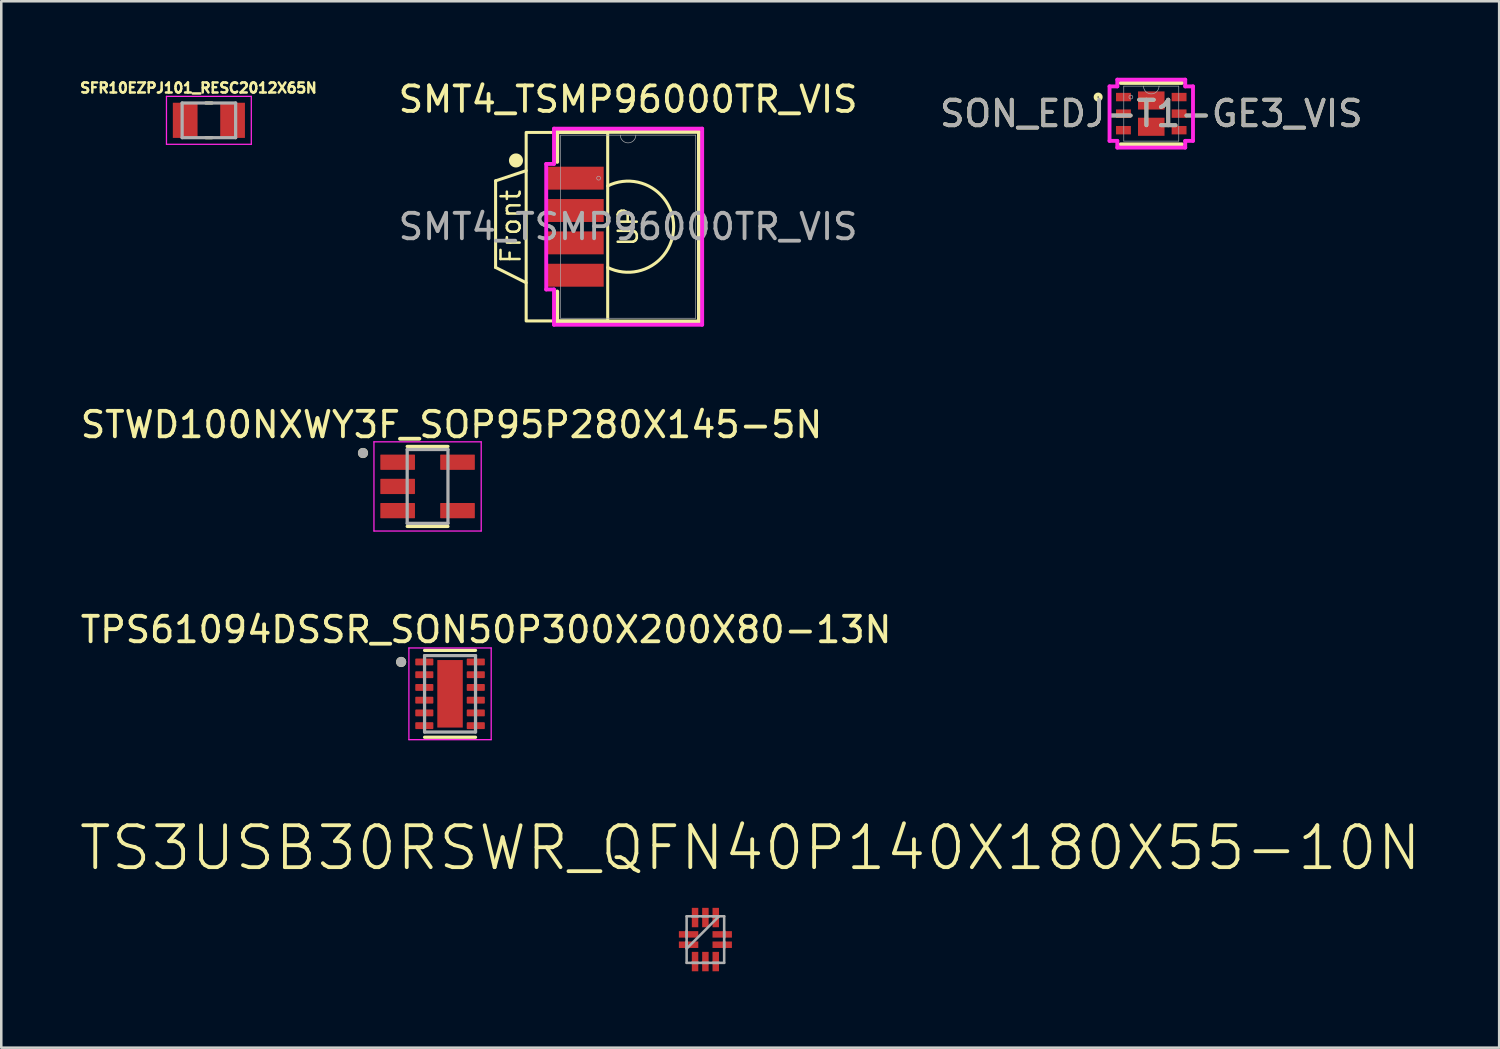
<source format=kicad_pcb>
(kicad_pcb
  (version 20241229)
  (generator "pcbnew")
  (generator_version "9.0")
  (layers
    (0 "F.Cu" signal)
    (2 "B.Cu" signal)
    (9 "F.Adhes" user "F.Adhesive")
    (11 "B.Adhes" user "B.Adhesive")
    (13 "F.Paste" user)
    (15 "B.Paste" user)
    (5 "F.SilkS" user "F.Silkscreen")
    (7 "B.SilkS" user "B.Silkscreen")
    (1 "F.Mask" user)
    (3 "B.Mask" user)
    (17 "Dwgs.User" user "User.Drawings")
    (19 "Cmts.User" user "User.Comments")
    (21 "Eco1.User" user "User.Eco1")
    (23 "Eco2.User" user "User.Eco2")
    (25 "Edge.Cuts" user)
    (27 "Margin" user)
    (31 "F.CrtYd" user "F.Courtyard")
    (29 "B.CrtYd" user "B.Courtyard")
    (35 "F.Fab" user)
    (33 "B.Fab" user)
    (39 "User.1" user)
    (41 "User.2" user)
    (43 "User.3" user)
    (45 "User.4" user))
  (footprint "SON_EDJ-T1-GE3_VIS"
    (layer "F.Cu")
    (at 42.139 1.41)
    (property "Reference" "SON_EDJ-T1-GE3_VIS" (at 0 0 0) (unlocked yes) (layer "F.SilkS") (effects (font (size 1 1) (thickness 0.15))))
    (attr smd)
    (fp_line (start -1.206 1.206) (end 1.206 1.206) (stroke (width 0.152) (type solid)) (layer "F.SilkS"))
    (fp_line (start 1.206 -1.206) (end -1.206 -1.206) (stroke (width 0.152) (type solid)) (layer "F.SilkS"))
    (fp_circle (center -2.085 -0.65) (end -1.983 -0.65) (stroke (width 0.152) (type solid)) (fill no) (layer "F.SilkS"))
    (fp_line (start -1.638 -1.069) (end -1.333 -1.069) (stroke (width 0.152) (type solid)) (layer "F.CrtYd"))
    (fp_line (start -1.638 1.069) (end -1.638 -1.069) (stroke (width 0.152) (type solid)) (layer "F.CrtYd"))
    (fp_line (start -1.638 1.069) (end -1.333 1.069) (stroke (width 0.152) (type solid)) (layer "F.CrtYd"))
    (fp_line (start -1.333 -1.333) (end 1.333 -1.333) (stroke (width 0.152) (type solid)) (layer "F.CrtYd"))
    (fp_line (start -1.333 -1.069) (end -1.333 -1.333) (stroke (width 0.152) (type solid)) (layer "F.CrtYd"))
    (fp_line (start -1.333 1.333) (end -1.333 1.069) (stroke (width 0.152) (type solid)) (layer "F.CrtYd"))
    (fp_line (start 1.333 -1.333) (end 1.333 -1.069) (stroke (width 0.152) (type solid)) (layer "F.CrtYd"))
    (fp_line (start 1.333 1.069) (end 1.333 1.333) (stroke (width 0.152) (type solid)) (layer "F.CrtYd"))
    (fp_line (start 1.333 1.333) (end -1.333 1.333) (stroke (width 0.152) (type solid)) (layer "F.CrtYd"))
    (fp_line (start 1.638 -1.069) (end 1.333 -1.069) (stroke (width 0.152) (type solid)) (layer "F.CrtYd"))
    (fp_line (start 1.638 -1.069) (end 1.638 1.069) (stroke (width 0.152) (type solid)) (layer "F.CrtYd"))
    (fp_line (start 1.638 1.069) (end 1.333 1.069) (stroke (width 0.152) (type solid)) (layer "F.CrtYd"))
    (fp_line (start -1.079 -1.079) (end -1.079 1.079) (stroke (width 0.025) (type solid)) (layer "F.Fab"))
    (fp_line (start -1.079 1.079) (end 1.079 1.079) (stroke (width 0.025) (type solid)) (layer "F.Fab"))
    (fp_line (start 1.079 -1.079) (end -1.079 -1.079) (stroke (width 0.025) (type solid)) (layer "F.Fab"))
    (fp_line (start 1.079 1.079) (end 1.079 -1.079) (stroke (width 0.025) (type solid)) (layer "F.Fab"))
    (fp_arc (start 0.3048 -1.0795) (mid 0 -0.7747) (end -0.3048 -1.0795) (stroke (width 0.0254) (type solid)) (layer "F.Fab"))
    (fp_circle (center -0.8 -0.65) (end -0.724 -0.65) (stroke (width 0.025) (type solid)) (fill no) (layer "F.Fab"))
    (fp_text user "${REFERENCE}" (at 0 0 0) (unlocked yes) (layer "F.Fab") (effects (font (size 1 1) (thickness 0.15))))
    (pad "1" smd rect (at -1.092 -0.65) (size 0.584 0.33) (layers "F.Cu" "F.Mask" "F.Paste"))
    (pad "2" smd rect (at -1.092 0) (size 0.584 0.33) (layers "F.Cu" "F.Mask" "F.Paste"))
    (pad "3" smd rect (at -1.092 0.65) (size 0.584 0.33) (layers "F.Cu" "F.Mask" "F.Paste"))
    (pad "4" smd rect (at 1.092 0.65) (size 0.584 0.33) (layers "F.Cu" "F.Mask" "F.Paste"))
    (pad "5" smd rect (at 1.092 0) (size 0.584 0.33) (layers "F.Cu" "F.Mask" "F.Paste"))
    (pad "6" smd rect (at 1.092 -0.65) (size 0.584 0.33) (layers "F.Cu" "F.Mask" "F.Paste"))
    (pad "7" smd rect (at 0 -0.516) (size 1.041 0.711) (layers "F.Cu" "F.Mask" "F.Paste"))
    (pad "8" smd rect (at 0 0.516) (size 1.041 0.711) (layers "F.Cu" "F.Mask" "F.Paste")))
  (footprint "SFR10EZPJ101_RESC2012X65N"
    (layer "F.Cu")
    (at 5.149 1.673)
    (property "Reference" "SFR10EZPJ101_RESC2012X65N" (at -0.41 -1.27 0) (layer "F.SilkS") (effects (font (size 0.394 0.394) (thickness 0.15))))
    (attr smd)
    (fp_line (start -0.12 -0.68) (end 0.12 -0.68) (stroke (width 0.127) (type solid)) (layer "F.SilkS"))
    (fp_line (start -0.12 0.68) (end 0.12 0.68) (stroke (width 0.127) (type solid)) (layer "F.SilkS"))
    (fp_line (start -1.665 -0.94) (end 1.665 -0.94) (stroke (width 0.05) (type solid)) (layer "F.CrtYd"))
    (fp_line (start -1.665 0.94) (end -1.665 -0.94) (stroke (width 0.05) (type solid)) (layer "F.CrtYd"))
    (fp_line (start -1.665 0.94) (end 1.665 0.94) (stroke (width 0.05) (type solid)) (layer "F.CrtYd"))
    (fp_line (start 1.665 0.94) (end 1.665 -0.94) (stroke (width 0.05) (type solid)) (layer "F.CrtYd"))
    (fp_line (start -1.05 0.68) (end -1.05 -0.68) (stroke (width 0.127) (type solid)) (layer "F.Fab"))
    (fp_line (start 1.05 -0.68) (end -1.05 -0.68) (stroke (width 0.127) (type solid)) (layer "F.Fab"))
    (fp_line (start 1.05 0.68) (end -1.05 0.68) (stroke (width 0.127) (type solid)) (layer "F.Fab"))
    (fp_line (start 1.05 0.68) (end 1.05 -0.68) (stroke (width 0.127) (type solid)) (layer "F.Fab"))
    (pad "1" smd rect (at -0.93 0) (size 0.97 1.38) (layers "F.Cu" "F.Mask" "F.Paste"))
    (pad "2" smd rect (at 0.93 0) (size 0.97 1.38) (layers "F.Cu" "F.Mask" "F.Paste")))
  (footprint "TPS61094DSSR_SON50P300X200X80-13N"
    (layer "F.Cu")
    (at 14.615 24.183)
    (property "Reference" "TPS61094DSSR_SON50P300X200X80-13N" (at 1.415 -2.517 0) (layer "F.SilkS") (effects (font (size 1 1) (thickness 0.15))))
    (attr smd)
    (fp_line (start -1 -1.705) (end 1 -1.705) (stroke (width 0.127) (type solid)) (layer "F.SilkS"))
    (fp_line (start -1 1.705) (end 1 1.705) (stroke (width 0.127) (type solid)) (layer "F.SilkS"))
    (fp_circle (center -1.92 -1.25) (end -1.82 -1.25) (stroke (width 0.2) (type solid)) (fill no) (layer "F.SilkS"))
    (fp_poly (pts (xy -0.32 -0.84) (xy 0.32 -0.84) (xy 0.32 0.84) (xy -0.32 0.84)) (stroke (width 0.01) (type solid)) (fill yes) (layer "F.Paste"))
    (fp_line (start -1.615 -1.8) (end -1.615 1.8) (stroke (width 0.05) (type solid)) (layer "F.CrtYd"))
    (fp_line (start -1.615 -1.8) (end 1.615 -1.8) (stroke (width 0.05) (type solid)) (layer "F.CrtYd"))
    (fp_line (start -1.615 1.8) (end 1.615 1.8) (stroke (width 0.05) (type solid)) (layer "F.CrtYd"))
    (fp_line (start 1.615 -1.8) (end 1.615 1.8) (stroke (width 0.05) (type solid)) (layer "F.CrtYd"))
    (fp_line (start -1 -1.5) (end -1 1.5) (stroke (width 0.127) (type solid)) (layer "F.Fab"))
    (fp_line (start -1 -1.5) (end 1 -1.5) (stroke (width 0.127) (type solid)) (layer "F.Fab"))
    (fp_line (start -1 1.5) (end 1 1.5) (stroke (width 0.127) (type solid)) (layer "F.Fab"))
    (fp_line (start 1 -1.5) (end 1 1.5) (stroke (width 0.127) (type solid)) (layer "F.Fab"))
    (fp_circle (center -1.92 -1.25) (end -1.82 -1.25) (stroke (width 0.2) (type solid)) (fill no) (layer "F.Fab"))
    (pad "1" smd roundrect (at -1.01 -1.25) (size 0.71 0.27) (layers "F.Cu" "F.Mask" "F.Paste") (roundrect_rratio 0.125))
    (pad "2" smd roundrect (at -1.01 -0.75) (size 0.71 0.27) (layers "F.Cu" "F.Mask" "F.Paste") (roundrect_rratio 0.125))
    (pad "3" smd roundrect (at -1.01 -0.25) (size 0.71 0.27) (layers "F.Cu" "F.Mask" "F.Paste") (roundrect_rratio 0.125))
    (pad "4" smd roundrect (at -1.01 0.25) (size 0.71 0.27) (layers "F.Cu" "F.Mask" "F.Paste") (roundrect_rratio 0.125))
    (pad "5" smd roundrect (at -1.01 0.75) (size 0.71 0.27) (layers "F.Cu" "F.Mask" "F.Paste") (roundrect_rratio 0.125))
    (pad "6" smd roundrect (at -1.01 1.25) (size 0.71 0.27) (layers "F.Cu" "F.Mask" "F.Paste") (roundrect_rratio 0.125))
    (pad "7" smd roundrect (at 1.01 1.25) (size 0.71 0.27) (layers "F.Cu" "F.Mask" "F.Paste") (roundrect_rratio 0.125))
    (pad "8" smd roundrect (at 1.01 0.75) (size 0.71 0.27) (layers "F.Cu" "F.Mask" "F.Paste") (roundrect_rratio 0.125))
    (pad "9" smd roundrect (at 1.01 0.25) (size 0.71 0.27) (layers "F.Cu" "F.Mask" "F.Paste") (roundrect_rratio 0.125))
    (pad "10" smd roundrect (at 1.01 -0.25) (size 0.71 0.27) (layers "F.Cu" "F.Mask" "F.Paste") (roundrect_rratio 0.125))
    (pad "11" smd roundrect (at 1.01 -0.75) (size 0.71 0.27) (layers "F.Cu" "F.Mask" "F.Paste") (roundrect_rratio 0.125))
    (pad "12" smd roundrect (at 1.01 -1.25) (size 0.71 0.27) (layers "F.Cu" "F.Mask" "F.Paste") (roundrect_rratio 0.125))
    (pad "13" smd rect (at 0 0) (size 1 2.65) (layers "F.Cu" "F.Mask")))
  (footprint "STWD100NXWY3F_SOP95P280X145-5N"
    (layer "F.Cu")
    (at 13.733 16.043)
    (property "Reference" "STWD100NXWY3F_SOP95P280X145-5N" (at 0.94 -2.422 0) (layer "F.SilkS") (effects (font (size 1 1) (thickness 0.15))))
    (attr smd)
    (fp_line (start -0.8 -1.57) (end 0.8 -1.57) (stroke (width 0.127) (type solid)) (layer "F.SilkS"))
    (fp_line (start -0.8 1.57) (end 0.8 1.57) (stroke (width 0.127) (type solid)) (layer "F.SilkS"))
    (fp_circle (center -2.535 -1.312) (end -2.435 -1.312) (stroke (width 0.2) (type solid)) (fill no) (layer "F.SilkS"))
    (fp_line (start -2.105 -1.75) (end -2.105 1.75) (stroke (width 0.05) (type solid)) (layer "F.CrtYd"))
    (fp_line (start -2.105 -1.75) (end 2.105 -1.75) (stroke (width 0.05) (type solid)) (layer "F.CrtYd"))
    (fp_line (start -2.105 1.75) (end 2.105 1.75) (stroke (width 0.05) (type solid)) (layer "F.CrtYd"))
    (fp_line (start 2.105 -1.75) (end 2.105 1.75) (stroke (width 0.05) (type solid)) (layer "F.CrtYd"))
    (fp_line (start -0.8 -1.45) (end -0.8 1.45) (stroke (width 0.127) (type solid)) (layer "F.Fab"))
    (fp_line (start -0.8 -1.45) (end 0.8 -1.45) (stroke (width 0.127) (type solid)) (layer "F.Fab"))
    (fp_line (start -0.8 1.45) (end 0.8 1.45) (stroke (width 0.127) (type solid)) (layer "F.Fab"))
    (fp_line (start 0.8 -1.45) (end 0.8 1.45) (stroke (width 0.127) (type solid)) (layer "F.Fab"))
    (fp_circle (center -2.535 -1.312) (end -2.435 -1.312) (stroke (width 0.2) (type solid)) (fill no) (layer "F.Fab"))
    (pad "1" smd roundrect (at -1.175 -0.95) (size 1.36 0.6) (layers "F.Cu" "F.Mask" "F.Paste") (roundrect_rratio 0.04))
    (pad "2" smd roundrect (at -1.175 0) (size 1.36 0.6) (layers "F.Cu" "F.Mask" "F.Paste") (roundrect_rratio 0.04))
    (pad "3" smd roundrect (at -1.175 0.95) (size 1.36 0.6) (layers "F.Cu" "F.Mask" "F.Paste") (roundrect_rratio 0.04))
    (pad "4" smd roundrect (at 1.175 0.95) (size 1.36 0.6) (layers "F.Cu" "F.Mask" "F.Paste") (roundrect_rratio 0.04))
    (pad "5" smd roundrect (at 1.175 -0.95) (size 1.36 0.6) (layers "F.Cu" "F.Mask" "F.Paste") (roundrect_rratio 0.04)))
  (footprint "SMT4_TSMP96000TR_VIS"
    (layer "F.Cu")
    (at 21.603 5.848)
    (property "Reference" "SMT4_TSMP96000TR_VIS" (at 0 -5 0) (unlocked yes) (layer "F.SilkS") (effects (font (size 1 1) (thickness 0.15))))
    (attr smd)
    (fp_line (start -5.2 -1.8) (end -5.2 1.6) (stroke (width 0.12) (type solid)) (layer "F.SilkS"))
    (fp_line (start -5.2 1.6) (end -4 2.2) (stroke (width 0.12) (type solid)) (layer "F.SilkS"))
    (fp_line (start -4 -2.2) (end -5.2 -1.8) (stroke (width 0.12) (type solid)) (layer "F.SilkS"))
    (fp_line (start -2.781 -3.721) (end -2.781 -2.543) (stroke (width 0.152) (type solid)) (layer "F.SilkS"))
    (fp_line (start -2.781 2.543) (end -2.781 3.721) (stroke (width 0.152) (type solid)) (layer "F.SilkS"))
    (fp_line (start -2.781 3.721) (end 2.781 3.721) (stroke (width 0.152) (type solid)) (layer "F.SilkS"))
    (fp_line (start 2.781 -3.721) (end -2.781 -3.721) (stroke (width 0.152) (type solid)) (layer "F.SilkS"))
    (fp_line (start 2.781 3.721) (end 2.781 -3.721) (stroke (width 0.152) (type solid)) (layer "F.SilkS"))
    (fp_rect (start -0.8 3.7) (end -4 -3.7) (stroke (width 0.12) (type solid)) (fill no) (layer "F.SilkS"))
    (fp_arc (start -0.8 -1.6) (mid 1.788854 0) (end -0.8 1.6) (stroke (width 0.12) (type solid)) (layer "F.SilkS"))
    (fp_circle (center -4.4 -2.6) (end -4.2 -2.6) (stroke (width 0.152) (type solid)) (fill yes) (layer "F.SilkS"))
    (fp_line (start -3.213 -2.464) (end -2.908 -2.464) (stroke (width 0.152) (type solid)) (layer "F.CrtYd"))
    (fp_line (start -3.213 2.464) (end -3.213 -2.464) (stroke (width 0.152) (type solid)) (layer "F.CrtYd"))
    (fp_line (start -3.213 2.464) (end -2.908 2.464) (stroke (width 0.152) (type solid)) (layer "F.CrtYd"))
    (fp_line (start -2.908 -3.848) (end 2.908 -3.848) (stroke (width 0.152) (type solid)) (layer "F.CrtYd"))
    (fp_line (start -2.908 -2.464) (end -2.908 -3.848) (stroke (width 0.152) (type solid)) (layer "F.CrtYd"))
    (fp_line (start -2.908 3.848) (end -2.908 2.464) (stroke (width 0.152) (type solid)) (layer "F.CrtYd"))
    (fp_line (start 2.908 -3.848) (end 2.908 3.848) (stroke (width 0.152) (type solid)) (layer "F.CrtYd"))
    (fp_line (start 2.908 3.848) (end -2.908 3.848) (stroke (width 0.152) (type solid)) (layer "F.CrtYd"))
    (fp_line (start -2.654 -3.594) (end -2.654 3.594) (stroke (width 0.025) (type solid)) (layer "F.Fab"))
    (fp_line (start -2.654 3.594) (end 2.654 3.594) (stroke (width 0.025) (type solid)) (layer "F.Fab"))
    (fp_line (start 2.654 -3.594) (end -2.654 -3.594) (stroke (width 0.025) (type solid)) (layer "F.Fab"))
    (fp_line (start 2.654 3.594) (end 2.654 -3.594) (stroke (width 0.025) (type solid)) (layer "F.Fab"))
    (fp_arc (start 0.3048 -3.5941) (mid 0 -3.2893) (end -0.3048 -3.5941) (stroke (width 0.0254) (type solid)) (layer "F.Fab"))
    (fp_circle (center -1.156 -1.905) (end -1.079 -1.905) (stroke (width 0.025) (type solid)) (fill no) (layer "F.Fab"))
    (fp_text user "UP" (at 0 0 90) (unlocked yes) (layer "F.SilkS") (effects (font (size 0.75 0.75) (thickness 0.1))))
    (fp_text user "Front" (at -4.6 0 90) (unlocked yes) (layer "F.SilkS") (effects (font (size 0.75 0.75) (thickness 0.1))))
    (fp_text user "${REFERENCE}" (at 0 0 0) (unlocked yes) (layer "F.Fab") (effects (font (size 1 1) (thickness 0.15))))
    (pad "1" smd rect (at -2.057 -1.905) (size 2.2 0.9) (layers "F.Cu" "F.Mask" "F.Paste"))
    (pad "2" smd rect (at -2.057 -0.635) (size 2.2 0.9) (layers "F.Cu" "F.Mask" "F.Paste"))
    (pad "3" smd rect (at -2.057 0.635) (size 2.2 0.9) (layers "F.Cu" "F.Mask" "F.Paste"))
    (pad "4" smd rect (at -2.057 1.905) (size 2.2 0.9) (layers "F.Cu" "F.Mask" "F.Paste")))
  (footprint "TS3USB30RSWR_QFN40P140X180X55-10N"
    (layer "F.Cu")
    (at 24.638 33.829)
    (property "Reference" "TS3USB30RSWR_QFN40P140X180X55-10N" (at 1.759 -3.595 0) (layer "F.SilkS") (effects (font (size 1.646 1.646) (thickness 0.15))))
    (attr smd)
    (fp_line (start -0.737 -0.914) (end -0.737 0.914) (stroke (width 0.1) (type solid)) (layer "F.Fab"))
    (fp_line (start -0.737 -0.33) (end -0.737 -0.076) (stroke (width 0.1) (type solid)) (layer "F.Fab"))
    (fp_line (start -0.737 0.076) (end -0.737 0.33) (stroke (width 0.1) (type solid)) (layer "F.Fab"))
    (fp_line (start -0.737 0.356) (end 0.533 -0.914) (stroke (width 0.1) (type solid)) (layer "F.Fab"))
    (fp_line (start -0.737 0.914) (end 0.737 0.914) (stroke (width 0.1) (type solid)) (layer "F.Fab"))
    (fp_line (start -0.533 0.914) (end -0.279 0.914) (stroke (width 0.1) (type solid)) (layer "F.Fab"))
    (fp_line (start -0.279 -0.914) (end -0.533 -0.914) (stroke (width 0.1) (type solid)) (layer "F.Fab"))
    (fp_line (start -0.127 0.914) (end 0.127 0.914) (stroke (width 0.1) (type solid)) (layer "F.Fab"))
    (fp_line (start 0.127 -0.914) (end -0.127 -0.914) (stroke (width 0.1) (type solid)) (layer "F.Fab"))
    (fp_line (start 0.279 0.914) (end 0.533 0.914) (stroke (width 0.1) (type solid)) (layer "F.Fab"))
    (fp_line (start 0.533 -0.914) (end 0.279 -0.914) (stroke (width 0.1) (type solid)) (layer "F.Fab"))
    (fp_line (start 0.737 -0.914) (end -0.737 -0.914) (stroke (width 0.1) (type solid)) (layer "F.Fab"))
    (fp_line (start 0.737 -0.076) (end 0.737 -0.33) (stroke (width 0.1) (type solid)) (layer "F.Fab"))
    (fp_line (start 0.737 0.33) (end 0.737 0.076) (stroke (width 0.1) (type solid)) (layer "F.Fab"))
    (fp_line (start 0.737 0.914) (end 0.737 -0.914) (stroke (width 0.1) (type solid)) (layer "F.Fab"))
    (pad "1" smd rect (at -0.66 -0.203 270) (size 0.254 0.762) (layers "F.Cu" "F.Mask" "F.Paste"))
    (pad "2" smd rect (at -0.66 0.203 270) (size 0.254 0.762) (layers "F.Cu" "F.Mask" "F.Paste"))
    (pad "3" smd rect (at -0.406 0.864 180) (size 0.254 0.762) (layers "F.Cu" "F.Mask" "F.Paste"))
    (pad "4" smd rect (at 0 0.864 180) (size 0.254 0.762) (layers "F.Cu" "F.Mask" "F.Paste"))
    (pad "5" smd rect (at 0.406 0.864 180) (size 0.254 0.762) (layers "F.Cu" "F.Mask" "F.Paste"))
    (pad "6" smd rect (at 0.66 0.203 270) (size 0.254 0.762) (layers "F.Cu" "F.Mask" "F.Paste"))
    (pad "7" smd rect (at 0.66 -0.203 270) (size 0.254 0.762) (layers "F.Cu" "F.Mask" "F.Paste"))
    (pad "8" smd rect (at 0.406 -0.864 180) (size 0.254 0.762) (layers "F.Cu" "F.Mask" "F.Paste"))
    (pad "9" smd rect (at 0 -0.864 180) (size 0.254 0.762) (layers "F.Cu" "F.Mask" "F.Paste"))
    (pad "10" smd rect (at -0.406 -0.864 180) (size 0.254 0.762) (layers "F.Cu" "F.Mask" "F.Paste")))
  (gr_rect
    (start -3 -3)
    (end 55.795 38.073)
    (stroke (width 0.1) (type default))
    (fill no)
    (layer "Edge.Cuts")))
</source>
